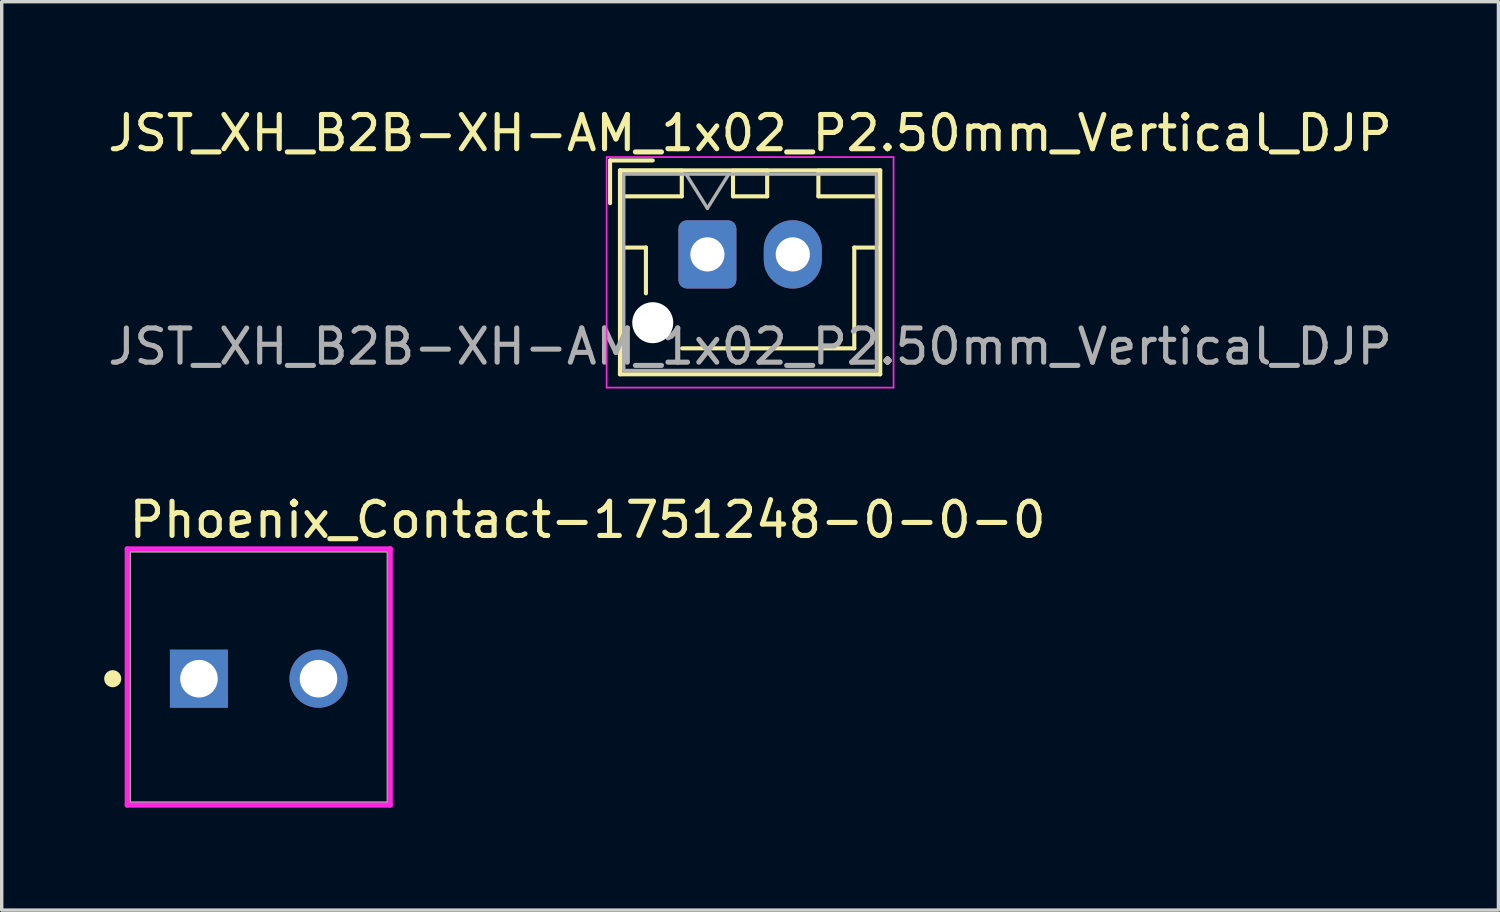
<source format=kicad_pcb>
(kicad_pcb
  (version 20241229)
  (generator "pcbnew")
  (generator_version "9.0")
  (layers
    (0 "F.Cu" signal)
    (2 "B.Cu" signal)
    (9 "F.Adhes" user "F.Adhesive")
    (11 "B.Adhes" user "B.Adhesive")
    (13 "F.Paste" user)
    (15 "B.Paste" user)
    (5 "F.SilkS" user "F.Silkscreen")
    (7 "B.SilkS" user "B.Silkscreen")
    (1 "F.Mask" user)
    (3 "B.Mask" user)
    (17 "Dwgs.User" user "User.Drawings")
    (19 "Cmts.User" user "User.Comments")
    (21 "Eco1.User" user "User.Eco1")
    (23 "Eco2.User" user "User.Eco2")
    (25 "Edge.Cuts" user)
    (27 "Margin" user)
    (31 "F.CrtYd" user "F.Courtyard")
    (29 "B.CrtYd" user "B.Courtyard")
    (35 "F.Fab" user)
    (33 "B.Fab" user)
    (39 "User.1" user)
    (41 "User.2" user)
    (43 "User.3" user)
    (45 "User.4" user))
  (footprint "Phoenix_Contact-1751248-0-0-0"
    (layer "F.Cu")
    (at 4.525 16.771)
    (property "Reference" "Phoenix_Contact-1751248-0-0-0" (at -3.875 -4.6 0) (layer "F.SilkS") (effects (font (size 1 1) (thickness 0.15)) (justify left)))
    (attr through_hole)
    (fp_line (start -3.825 -3.725) (end 3.825 -3.725) (stroke (width 0.15) (type solid)) (layer "F.SilkS"))
    (fp_line (start -3.825 3.725) (end -3.825 -3.725) (stroke (width 0.15) (type solid)) (layer "F.SilkS"))
    (fp_line (start -3.825 3.725) (end 3.825 3.725) (stroke (width 0.15) (type solid)) (layer "F.SilkS"))
    (fp_line (start 3.825 3.725) (end 3.825 -3.725) (stroke (width 0.15) (type solid)) (layer "F.SilkS"))
    (fp_circle (center -4.275 0.05) (end -4.15 0.05) (stroke (width 0.25) (type solid)) (fill no) (layer "F.SilkS"))
    (fp_line (start -3.85 -3.75) (end -3.85 3.75) (stroke (width 0.15) (type solid)) (layer "F.CrtYd"))
    (fp_line (start -3.85 3.75) (end 3.85 3.75) (stroke (width 0.15) (type solid)) (layer "F.CrtYd"))
    (fp_line (start 3.85 -3.75) (end -3.85 -3.75) (stroke (width 0.15) (type solid)) (layer "F.CrtYd"))
    (fp_line (start 3.85 -3.75) (end 3.85 -3.75) (stroke (width 0.15) (type solid)) (layer "F.CrtYd"))
    (fp_line (start 3.85 3.75) (end 3.85 -3.75) (stroke (width 0.15) (type solid)) (layer "F.CrtYd"))
    (fp_line (start -3.825 -3.725) (end 3.825 -3.725) (stroke (width 0.15) (type solid)) (layer "F.Fab"))
    (fp_line (start -3.825 3.725) (end -3.825 -3.725) (stroke (width 0.15) (type solid)) (layer "F.Fab"))
    (fp_line (start 3.825 -3.725) (end 3.825 3.725) (stroke (width 0.15) (type solid)) (layer "F.Fab"))
    (fp_line (start 3.825 3.725) (end -3.825 3.725) (stroke (width 0.15) (type solid)) (layer "F.Fab"))
    (pad "1" thru_hole rect (at -1.75 0.05) (size 1.7 1.7) (drill 1.1) (layers "*.Cu"))
    (pad "2" thru_hole circle (at 1.75 0.05) (size 1.7 1.7) (drill 1.1) (layers "*.Cu")))
  (footprint "JST_XH_B2B-XH-AM_1x02_P2.50mm_Vertical_DJP"
    (layer "F.Cu")
    (at 17.661 4.398)
    (property "Reference" "JST_XH_B2B-XH-AM_1x02_P2.50mm_Vertical_DJP" (at 1.25 -3.55 0) (layer "F.SilkS") (effects (font (size 1 1) (thickness 0.15))))
    (attr through_hole)
    (fp_line (start -2.85 -2.75) (end -2.85 -1.5) (stroke (width 0.12) (type solid)) (layer "F.SilkS"))
    (fp_line (start -2.56 -2.46) (end -2.56 3.51) (stroke (width 0.12) (type solid)) (layer "F.SilkS"))
    (fp_line (start -2.56 3.51) (end 5.06 3.51) (stroke (width 0.12) (type solid)) (layer "F.SilkS"))
    (fp_line (start -2.55 -2.45) (end -2.55 -1.7) (stroke (width 0.12) (type solid)) (layer "F.SilkS"))
    (fp_line (start -2.55 -1.7) (end -0.75 -1.7) (stroke (width 0.12) (type solid)) (layer "F.SilkS"))
    (fp_line (start -2.55 -0.2) (end -1.8 -0.2) (stroke (width 0.12) (type solid)) (layer "F.SilkS"))
    (fp_line (start -1.8 -0.2) (end -1.8 1.14) (stroke (width 0.12) (type solid)) (layer "F.SilkS"))
    (fp_line (start -1.6 -2.75) (end -2.85 -2.75) (stroke (width 0.12) (type solid)) (layer "F.SilkS"))
    (fp_line (start -0.75 -2.45) (end -2.55 -2.45) (stroke (width 0.12) (type solid)) (layer "F.SilkS"))
    (fp_line (start -0.75 -1.7) (end -0.75 -2.45) (stroke (width 0.12) (type solid)) (layer "F.SilkS"))
    (fp_line (start 0.75 -2.45) (end 0.75 -1.7) (stroke (width 0.12) (type solid)) (layer "F.SilkS"))
    (fp_line (start 0.75 -1.7) (end 1.75 -1.7) (stroke (width 0.12) (type solid)) (layer "F.SilkS"))
    (fp_line (start 1.25 2.75) (end -0.74 2.75) (stroke (width 0.12) (type solid)) (layer "F.SilkS"))
    (fp_line (start 1.75 -2.45) (end 0.75 -2.45) (stroke (width 0.12) (type solid)) (layer "F.SilkS"))
    (fp_line (start 1.75 -1.7) (end 1.75 -2.45) (stroke (width 0.12) (type solid)) (layer "F.SilkS"))
    (fp_line (start 3.25 -2.45) (end 3.25 -1.7) (stroke (width 0.12) (type solid)) (layer "F.SilkS"))
    (fp_line (start 3.25 -1.7) (end 5.05 -1.7) (stroke (width 0.12) (type solid)) (layer "F.SilkS"))
    (fp_line (start 4.3 -0.2) (end 4.3 2.75) (stroke (width 0.12) (type solid)) (layer "F.SilkS"))
    (fp_line (start 4.3 2.75) (end 1.25 2.75) (stroke (width 0.12) (type solid)) (layer "F.SilkS"))
    (fp_line (start 5.05 -2.45) (end 3.25 -2.45) (stroke (width 0.12) (type solid)) (layer "F.SilkS"))
    (fp_line (start 5.05 -1.7) (end 5.05 -2.45) (stroke (width 0.12) (type solid)) (layer "F.SilkS"))
    (fp_line (start 5.05 -0.2) (end 4.3 -0.2) (stroke (width 0.12) (type solid)) (layer "F.SilkS"))
    (fp_line (start 5.06 -2.46) (end -2.56 -2.46) (stroke (width 0.12) (type solid)) (layer "F.SilkS"))
    (fp_line (start 5.06 3.51) (end 5.06 -2.46) (stroke (width 0.12) (type solid)) (layer "F.SilkS"))
    (fp_line (start -2.95 -2.85) (end -2.95 3.9) (stroke (width 0.05) (type solid)) (layer "F.CrtYd"))
    (fp_line (start -2.95 3.9) (end 5.45 3.9) (stroke (width 0.05) (type solid)) (layer "F.CrtYd"))
    (fp_line (start 5.45 -2.85) (end -2.95 -2.85) (stroke (width 0.05) (type solid)) (layer "F.CrtYd"))
    (fp_line (start 5.45 3.9) (end 5.45 -2.85) (stroke (width 0.05) (type solid)) (layer "F.CrtYd"))
    (fp_line (start -2.45 -2.35) (end -2.45 3.4) (stroke (width 0.1) (type solid)) (layer "F.Fab"))
    (fp_line (start -2.45 3.4) (end 4.95 3.4) (stroke (width 0.1) (type solid)) (layer "F.Fab"))
    (fp_line (start -0.625 -2.35) (end 0 -1.35) (stroke (width 0.1) (type solid)) (layer "F.Fab"))
    (fp_line (start 0 -1.35) (end 0.625 -2.35) (stroke (width 0.1) (type solid)) (layer "F.Fab"))
    (fp_line (start 4.95 -2.35) (end -2.45 -2.35) (stroke (width 0.1) (type solid)) (layer "F.Fab"))
    (fp_line (start 4.95 3.4) (end 4.95 -2.35) (stroke (width 0.1) (type solid)) (layer "F.Fab"))
    (fp_text user "${REFERENCE}" (at 1.25 2.7 0) (layer "F.Fab") (effects (font (size 1 1) (thickness 0.15))))
    (pad "" np_thru_hole circle (at -1.6 2) (size 1.2 1.2) (drill 1.2) (layers "*.Cu" "*.Mask"))
    (pad "1" thru_hole roundrect (at 0 0) (size 1.7 2) (drill 1) (layers "*.Cu" "*.Mask") (roundrect_rratio 0.147))
    (pad "2" thru_hole oval (at 2.5 0) (size 1.7 2) (drill 1) (layers "*.Cu" "*.Mask")))
  (gr_rect
    (start -3 -3)
    (end 40.821 23.596)
    (stroke (width 0.1) (type default))
    (fill no)
    (layer "Edge.Cuts")))
</source>
